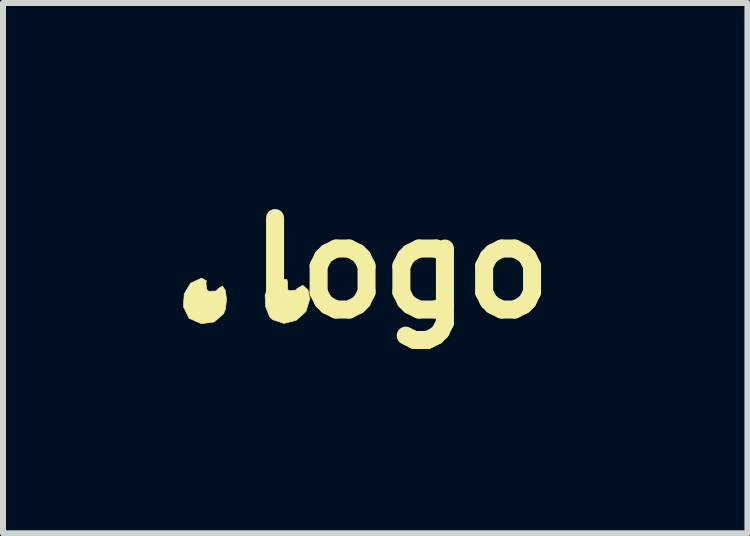
<source format=kicad_pcb>
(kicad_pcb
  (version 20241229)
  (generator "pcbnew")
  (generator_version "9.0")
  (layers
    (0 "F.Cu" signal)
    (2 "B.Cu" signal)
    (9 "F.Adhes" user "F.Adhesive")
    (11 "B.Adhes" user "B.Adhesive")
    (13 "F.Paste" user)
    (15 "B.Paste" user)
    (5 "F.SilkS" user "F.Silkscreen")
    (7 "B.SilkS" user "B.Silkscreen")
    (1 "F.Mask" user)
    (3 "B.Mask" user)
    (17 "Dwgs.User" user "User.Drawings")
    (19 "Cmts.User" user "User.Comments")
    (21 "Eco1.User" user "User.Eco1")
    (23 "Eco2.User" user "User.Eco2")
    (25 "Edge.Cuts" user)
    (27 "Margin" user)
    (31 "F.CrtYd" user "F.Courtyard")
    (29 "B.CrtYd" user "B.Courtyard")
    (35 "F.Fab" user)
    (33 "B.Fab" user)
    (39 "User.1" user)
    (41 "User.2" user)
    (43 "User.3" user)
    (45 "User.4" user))
  (footprint "logo"
    (layer "F.Cu")
    (at 3.638 1.418)
    (property "Reference" "logo" (at 0 0 0) (layer "F.SilkS") (effects (font (size 1.524 1.524) (thickness 0.3))))
    (attr through_hole)
    (fp_poly (pts (xy -1.907 0.19) (xy -1.897 0.241) (xy -1.894 0.354) (xy -1.87 0.377) (xy -1.76 0.366) (xy -1.736 0.339) (xy -1.643 0.286) (xy -1.558 0.36) (xy -1.524 0.507) (xy -1.59 0.722) (xy -1.751 0.868) (xy -1.955 0.921) (xy -2.147 0.858) (xy -2.197 0.809) (xy -2.263 0.638) (xy -2.271 0.45) (xy -2.205 0.259) (xy -2.044 0.183) (xy -2.044 0.183) (xy -1.907 0.19)) (stroke (width 0.01) (type solid)) (fill yes) (layer "F.SilkS"))
    (fp_poly (pts (xy -3.247 0.212) (xy -3.256 0.248) (xy -3.243 0.356) (xy -3.209 0.386) (xy -3.089 0.381) (xy -3.048 0.338) (xy -2.981 0.297) (xy -2.933 0.375) (xy -2.913 0.52) (xy -2.932 0.683) (xy -2.962 0.759) (xy -3.118 0.896) (xy -3.334 0.925) (xy -3.531 0.838) (xy -3.539 0.83) (xy -3.633 0.641) (xy -3.618 0.428) (xy -3.513 0.25) (xy -3.337 0.17) (xy -3.322 0.169) (xy -3.247 0.212)) (stroke (width 0.01) (type solid)) (fill yes) (layer "F.SilkS")))
  (gr_rect
    (start -3 -3)
    (end 9.404 5.836)
    (stroke (width 0.1) (type default))
    (fill no)
    (layer "Edge.Cuts")))
</source>
